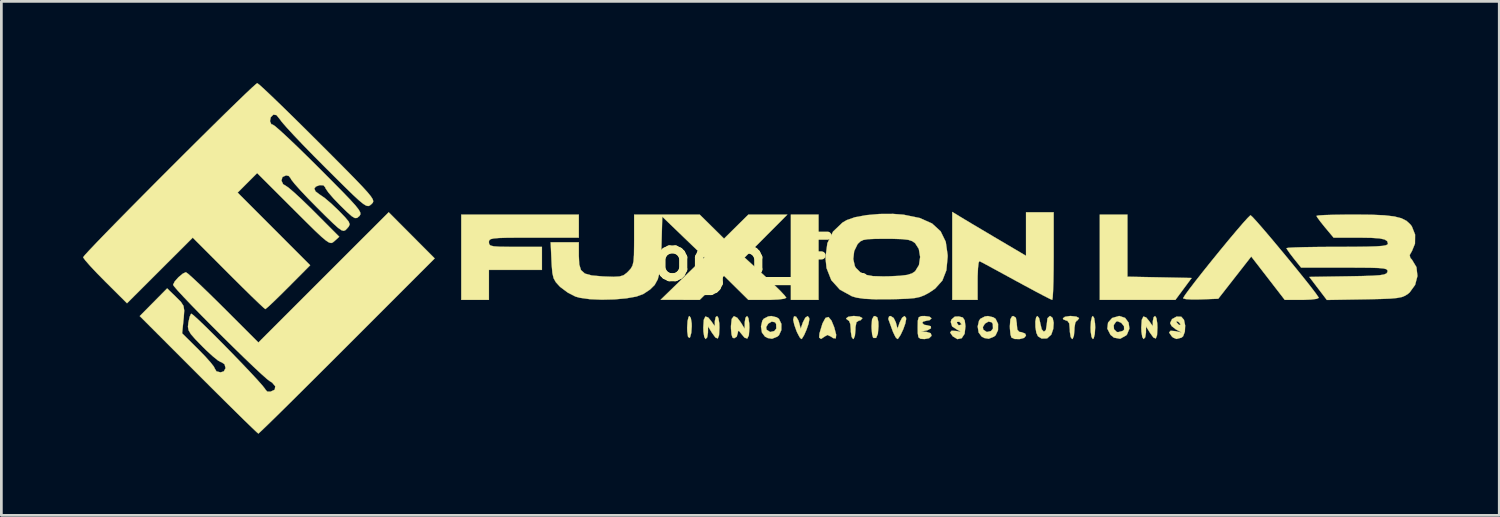
<source format=kicad_pcb>
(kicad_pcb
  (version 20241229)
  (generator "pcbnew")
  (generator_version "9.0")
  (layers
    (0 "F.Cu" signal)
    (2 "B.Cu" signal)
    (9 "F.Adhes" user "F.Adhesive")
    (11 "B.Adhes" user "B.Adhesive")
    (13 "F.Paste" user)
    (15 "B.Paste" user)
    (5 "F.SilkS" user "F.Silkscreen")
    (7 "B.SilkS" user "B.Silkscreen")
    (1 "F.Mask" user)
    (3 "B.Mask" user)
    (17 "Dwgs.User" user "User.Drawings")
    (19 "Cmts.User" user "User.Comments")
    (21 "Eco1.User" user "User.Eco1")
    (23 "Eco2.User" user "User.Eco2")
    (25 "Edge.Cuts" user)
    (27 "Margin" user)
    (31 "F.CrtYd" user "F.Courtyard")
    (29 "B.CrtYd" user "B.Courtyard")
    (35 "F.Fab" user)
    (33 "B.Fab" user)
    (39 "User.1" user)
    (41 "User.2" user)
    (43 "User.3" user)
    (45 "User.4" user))
  (footprint "logo_FL"
    (layer "F.Cu")
    (at 24.474 6.44)
    (property "Reference" "logo_FL" (at 0 0 0) (layer "F.SilkS") (effects (font (size 1.524 1.524) (thickness 0.3))))
    (attr through_hole)
    (fp_poly (pts (xy 2.54 1.524) (xy 1.524 1.524) (xy 1.524 -1.609) (xy 2.54 -1.609) (xy 2.54 1.524)) (stroke (width 0.01) (type solid)) (fill yes) (layer "F.SilkS"))
    (fp_poly (pts (xy 13.885 0.673) (xy 15.064 0.696) (xy 16.243 0.72) (xy 15.945 1.122) (xy 15.647 1.524) (xy 12.869 1.524) (xy 12.869 -1.609) (xy 13.885 -1.609) (xy 13.885 0.673)) (stroke (width 0.01) (type solid)) (fill yes) (layer "F.SilkS"))
    (fp_poly (pts (xy -2.151 2.192) (xy -2.12 2.383) (xy -2.117 2.493) (xy -2.134 2.732) (xy -2.178 2.893) (xy -2.201 2.921) (xy -2.254 2.879) (xy -2.282 2.69) (xy -2.286 2.545) (xy -2.271 2.302) (xy -2.232 2.147) (xy -2.201 2.117) (xy -2.151 2.192)) (stroke (width 0.01) (type solid)) (fill yes) (layer "F.SilkS"))
    (fp_poly (pts (xy 12.664 2.193) (xy 12.694 2.388) (xy 12.7 2.54) (xy 12.685 2.781) (xy 12.646 2.935) (xy 12.615 2.963) (xy 12.567 2.887) (xy 12.536 2.692) (xy 12.531 2.54) (xy 12.546 2.299) (xy 12.585 2.145) (xy 12.615 2.117) (xy 12.664 2.193)) (stroke (width 0.01) (type solid)) (fill yes) (layer "F.SilkS"))
    (fp_poly (pts (xy 4.699 2.167) (xy 4.737 2.338) (xy 4.741 2.493) (xy 4.719 2.77) (xy 4.656 2.92) (xy 4.563 2.923) (xy 4.541 2.905) (xy 4.508 2.793) (xy 4.489 2.579) (xy 4.487 2.484) (xy 4.505 2.238) (xy 4.566 2.129) (xy 4.614 2.117) (xy 4.699 2.167)) (stroke (width 0.01) (type solid)) (fill yes) (layer "F.SilkS"))
    (fp_poly (pts (xy 3.016 2.286) (xy 3.115 2.529) (xy 3.187 2.804) (xy 3.173 2.938) (xy 3.075 2.928) (xy 3.004 2.877) (xy 2.867 2.812) (xy 2.773 2.865) (xy 2.631 2.959) (xy 2.561 2.905) (xy 2.574 2.755) (xy 2.686 2.387) (xy 2.795 2.186) (xy 2.905 2.153) (xy 3.016 2.286)) (stroke (width 0.01) (type solid)) (fill yes) (layer "F.SilkS"))
    (fp_poly (pts (xy 9.788 2.181) (xy 9.821 2.386) (xy 9.821 2.413) (xy 9.84 2.617) (xy 9.914 2.7) (xy 9.991 2.709) (xy 10.129 2.762) (xy 10.16 2.836) (xy 10.089 2.92) (xy 9.925 2.964) (xy 9.743 2.96) (xy 9.624 2.907) (xy 9.589 2.794) (xy 9.569 2.578) (xy 9.567 2.484) (xy 9.585 2.238) (xy 9.646 2.129) (xy 9.694 2.117) (xy 9.788 2.181)) (stroke (width 0.01) (type solid)) (fill yes) (layer "F.SilkS"))
    (fp_poly (pts (xy 2.197 2.19) (xy 2.201 2.246) (xy 2.172 2.402) (xy 2.101 2.611) (xy 2.013 2.812) (xy 1.934 2.943) (xy 1.905 2.963) (xy 1.843 2.893) (xy 1.753 2.72) (xy 1.731 2.67) (xy 1.65 2.441) (xy 1.61 2.264) (xy 1.609 2.246) (xy 1.641 2.127) (xy 1.716 2.141) (xy 1.796 2.272) (xy 1.822 2.349) (xy 1.884 2.582) (xy 1.965 2.349) (xy 2.054 2.177) (xy 2.143 2.119) (xy 2.197 2.19)) (stroke (width 0.01) (type solid)) (fill yes) (layer "F.SilkS"))
    (fp_poly (pts (xy 5.3 2.189) (xy 5.378 2.349) (xy 5.44 2.582) (xy 5.521 2.349) (xy 5.609 2.179) (xy 5.698 2.117) (xy 5.753 2.18) (xy 5.757 2.233) (xy 5.726 2.394) (xy 5.65 2.605) (xy 5.555 2.808) (xy 5.468 2.941) (xy 5.435 2.963) (xy 5.367 2.892) (xy 5.28 2.713) (xy 5.254 2.646) (xy 5.171 2.415) (xy 5.109 2.245) (xy 5.101 2.223) (xy 5.131 2.13) (xy 5.189 2.117) (xy 5.3 2.189)) (stroke (width 0.01) (type solid)) (fill yes) (layer "F.SilkS"))
    (fp_poly (pts (xy -1.137 2.193) (xy -1.106 2.388) (xy -1.101 2.54) (xy -1.115 2.822) (xy -1.162 2.942) (xy -1.249 2.905) (xy -1.375 2.731) (xy -1.519 2.498) (xy -1.522 2.731) (xy -1.55 2.9) (xy -1.609 2.963) (xy -1.657 2.887) (xy -1.688 2.692) (xy -1.693 2.54) (xy -1.675 2.256) (xy -1.616 2.134) (xy -1.512 2.171) (xy -1.402 2.305) (xy -1.27 2.493) (xy -1.27 2.305) (xy -1.238 2.157) (xy -1.185 2.117) (xy -1.137 2.193)) (stroke (width 0.01) (type solid)) (fill yes) (layer "F.SilkS"))
    (fp_poly (pts (xy 4.048 2.138) (xy 4.146 2.19) (xy 4.149 2.201) (xy 4.08 2.276) (xy 4.022 2.286) (xy 3.933 2.342) (xy 3.897 2.527) (xy 3.895 2.625) (xy 3.876 2.837) (xy 3.829 2.955) (xy 3.81 2.963) (xy 3.757 2.888) (xy 3.727 2.701) (xy 3.725 2.625) (xy 3.707 2.413) (xy 3.66 2.295) (xy 3.641 2.286) (xy 3.558 2.222) (xy 3.556 2.201) (xy 3.63 2.145) (xy 3.813 2.117) (xy 3.852 2.117) (xy 4.048 2.138)) (stroke (width 0.01) (type solid)) (fill yes) (layer "F.SilkS"))
    (fp_poly (pts (xy 12.007 2.138) (xy 12.105 2.19) (xy 12.107 2.201) (xy 12.043 2.284) (xy 12.023 2.286) (xy 11.97 2.361) (xy 11.94 2.549) (xy 11.938 2.625) (xy 11.919 2.837) (xy 11.872 2.955) (xy 11.853 2.963) (xy 11.8 2.888) (xy 11.771 2.701) (xy 11.769 2.625) (xy 11.748 2.389) (xy 11.678 2.292) (xy 11.642 2.286) (xy 11.529 2.24) (xy 11.515 2.201) (xy 11.589 2.145) (xy 11.772 2.117) (xy 11.811 2.117) (xy 12.007 2.138)) (stroke (width 0.01) (type solid)) (fill yes) (layer "F.SilkS"))
    (fp_poly (pts (xy 14.95 2.193) (xy 14.98 2.388) (xy 14.986 2.54) (xy 14.972 2.822) (xy 14.925 2.942) (xy 14.837 2.905) (xy 14.712 2.731) (xy 14.567 2.498) (xy 14.565 2.731) (xy 14.537 2.9) (xy 14.478 2.963) (xy 14.43 2.887) (xy 14.399 2.692) (xy 14.393 2.54) (xy 14.412 2.256) (xy 14.471 2.134) (xy 14.574 2.171) (xy 14.685 2.305) (xy 14.817 2.493) (xy 14.817 2.305) (xy 14.849 2.157) (xy 14.901 2.117) (xy 14.95 2.193)) (stroke (width 0.01) (type solid)) (fill yes) (layer "F.SilkS"))
    (fp_poly (pts (xy -6.265 -0.762) (xy -7.916 -0.762) (xy -8.483 -0.761) (xy -8.903 -0.758) (xy -9.198 -0.749) (xy -9.389 -0.733) (xy -9.5 -0.707) (xy -9.552 -0.669) (xy -9.567 -0.617) (xy -9.567 -0.593) (xy -9.557 -0.52) (xy -9.507 -0.472) (xy -9.388 -0.443) (xy -9.173 -0.429) (xy -8.832 -0.424) (xy -8.594 -0.423) (xy -7.62 -0.423) (xy -7.62 0.423) (xy -9.567 0.423) (xy -9.567 1.524) (xy -10.583 1.524) (xy -10.583 -1.609) (xy -6.265 -1.609) (xy -6.265 -0.762)) (stroke (width 0.01) (type solid)) (fill yes) (layer "F.SilkS"))
    (fp_poly (pts (xy 11.138 2.188) (xy 11.176 2.365) (xy 11.16 2.589) (xy 11.088 2.8) (xy 10.934 2.939) (xy 10.733 2.944) (xy 10.6 2.862) (xy 10.539 2.73) (xy 10.506 2.527) (xy 10.503 2.316) (xy 10.533 2.16) (xy 10.578 2.117) (xy 10.64 2.191) (xy 10.682 2.37) (xy 10.684 2.385) (xy 10.737 2.607) (xy 10.816 2.692) (xy 10.889 2.633) (xy 10.922 2.428) (xy 10.922 2.42) (xy 10.948 2.198) (xy 11.033 2.118) (xy 11.049 2.117) (xy 11.138 2.188)) (stroke (width 0.01) (type solid)) (fill yes) (layer "F.SilkS"))
    (fp_poly (pts (xy -0.036 2.193) (xy -0.006 2.388) (xy 0 2.54) (xy -0.019 2.824) (xy -0.078 2.946) (xy -0.181 2.909) (xy -0.292 2.775) (xy -0.386 2.66) (xy -0.421 2.685) (xy -0.423 2.728) (xy -0.467 2.878) (xy -0.563 2.934) (xy -0.623 2.905) (xy -0.656 2.793) (xy -0.676 2.579) (xy -0.677 2.484) (xy -0.649 2.223) (xy -0.569 2.121) (xy -0.445 2.181) (xy -0.318 2.349) (xy -0.174 2.582) (xy -0.172 2.349) (xy -0.143 2.18) (xy -0.085 2.117) (xy -0.036 2.193)) (stroke (width 0.01) (type solid)) (fill yes) (layer "F.SilkS"))
    (fp_poly (pts (xy 13.8 2.186) (xy 13.928 2.359) (xy 13.957 2.58) (xy 13.869 2.795) (xy 13.837 2.83) (xy 13.618 2.952) (xy 13.39 2.911) (xy 13.263 2.808) (xy 13.146 2.58) (xy 13.162 2.451) (xy 13.38 2.451) (xy 13.392 2.602) (xy 13.492 2.701) (xy 13.542 2.709) (xy 13.706 2.667) (xy 13.763 2.617) (xy 13.759 2.493) (xy 13.66 2.369) (xy 13.528 2.31) (xy 13.47 2.323) (xy 13.38 2.451) (xy 13.162 2.451) (xy 13.173 2.359) (xy 13.322 2.19) (xy 13.572 2.117) (xy 13.592 2.117) (xy 13.8 2.186)) (stroke (width 0.01) (type solid)) (fill yes) (layer "F.SilkS"))
    (fp_poly (pts (xy 0.999 2.163) (xy 1.084 2.218) (xy 1.175 2.406) (xy 1.173 2.635) (xy 1.085 2.825) (xy 1.022 2.876) (xy 0.831 2.952) (xy 0.672 2.925) (xy 0.572 2.872) (xy 0.46 2.722) (xy 0.429 2.521) (xy 0.617 2.521) (xy 0.63 2.617) (xy 0.762 2.704) (xy 0.915 2.669) (xy 0.988 2.577) (xy 0.982 2.409) (xy 0.942 2.347) (xy 0.822 2.321) (xy 0.693 2.396) (xy 0.617 2.521) (xy 0.429 2.521) (xy 0.426 2.501) (xy 0.475 2.288) (xy 0.525 2.218) (xy 0.69 2.133) (xy 0.804 2.117) (xy 0.999 2.163)) (stroke (width 0.01) (type solid)) (fill yes) (layer "F.SilkS"))
    (fp_poly (pts (xy 6.613 2.141) (xy 6.689 2.2) (xy 6.689 2.201) (xy 6.618 2.27) (xy 6.519 2.286) (xy 6.382 2.321) (xy 6.35 2.371) (xy 6.421 2.439) (xy 6.519 2.455) (xy 6.664 2.491) (xy 6.669 2.568) (xy 6.539 2.64) (xy 6.498 2.65) (xy 6.308 2.686) (xy 6.498 2.698) (xy 6.66 2.749) (xy 6.691 2.843) (xy 6.602 2.931) (xy 6.435 2.963) (xy 6.284 2.954) (xy 6.209 2.897) (xy 6.184 2.749) (xy 6.181 2.54) (xy 6.186 2.289) (xy 6.22 2.164) (xy 6.309 2.121) (xy 6.435 2.117) (xy 6.613 2.141)) (stroke (width 0.01) (type solid)) (fill yes) (layer "F.SilkS"))
    (fp_poly (pts (xy 8.957 2.163) (xy 9.042 2.218) (xy 9.134 2.406) (xy 9.132 2.635) (xy 9.043 2.825) (xy 8.98 2.876) (xy 8.79 2.952) (xy 8.63 2.925) (xy 8.53 2.872) (xy 8.419 2.722) (xy 8.388 2.521) (xy 8.575 2.521) (xy 8.589 2.617) (xy 8.721 2.704) (xy 8.874 2.669) (xy 8.946 2.577) (xy 8.94 2.409) (xy 8.901 2.347) (xy 8.781 2.321) (xy 8.652 2.396) (xy 8.575 2.521) (xy 8.388 2.521) (xy 8.385 2.501) (xy 8.434 2.288) (xy 8.484 2.218) (xy 8.649 2.133) (xy 8.763 2.117) (xy 8.957 2.163)) (stroke (width 0.01) (type solid)) (fill yes) (layer "F.SilkS"))
    (fp_poly (pts (xy 15.863 2.143) (xy 15.962 2.259) (xy 16.005 2.465) (xy 15.994 2.69) (xy 15.928 2.864) (xy 15.868 2.912) (xy 15.686 2.959) (xy 15.561 2.908) (xy 15.511 2.862) (xy 15.415 2.723) (xy 15.469 2.658) (xy 15.642 2.672) (xy 15.875 2.722) (xy 15.663 2.608) (xy 15.509 2.487) (xy 15.452 2.377) (xy 15.484 2.31) (xy 15.677 2.31) (xy 15.698 2.358) (xy 15.783 2.448) (xy 15.832 2.43) (xy 15.833 2.418) (xy 15.773 2.346) (xy 15.735 2.32) (xy 15.677 2.31) (xy 15.484 2.31) (xy 15.523 2.229) (xy 15.689 2.138) (xy 15.863 2.143)) (stroke (width 0.01) (type solid)) (fill yes) (layer "F.SilkS"))
    (fp_poly (pts (xy 7.841 2.172) (xy 7.909 2.279) (xy 7.935 2.494) (xy 7.905 2.768) (xy 7.798 2.932) (xy 7.64 2.966) (xy 7.468 2.862) (xy 7.372 2.723) (xy 7.426 2.657) (xy 7.599 2.667) (xy 7.746 2.692) (xy 7.737 2.673) (xy 7.65 2.633) (xy 7.446 2.499) (xy 7.405 2.366) (xy 7.62 2.366) (xy 7.681 2.452) (xy 7.705 2.455) (xy 7.787 2.426) (xy 7.789 2.418) (xy 7.73 2.346) (xy 7.705 2.328) (xy 7.627 2.335) (xy 7.62 2.366) (xy 7.405 2.366) (xy 7.396 2.335) (xy 7.419 2.247) (xy 7.543 2.14) (xy 7.694 2.133) (xy 7.841 2.172)) (stroke (width 0.01) (type solid)) (fill yes) (layer "F.SilkS"))
    (fp_poly (pts (xy 7.726 -1.539) (xy 7.898 -1.435) (xy 8.18 -1.266) (xy 8.54 -1.053) (xy 8.94 -0.815) (xy 9.081 -0.732) (xy 10.16 -0.095) (xy 10.16 -1.693) (xy 11.176 -1.693) (xy 11.176 -0.085) (xy 11.173 0.416) (xy 11.166 0.854) (xy 11.154 1.201) (xy 11.14 1.433) (xy 11.123 1.524) (xy 11.122 1.524) (xy 11.033 1.485) (xy 10.821 1.378) (xy 10.512 1.215) (xy 10.131 1.01) (xy 9.791 0.826) (xy 9.368 0.595) (xy 8.997 0.393) (xy 8.702 0.233) (xy 8.51 0.131) (xy 8.448 0.099) (xy 8.418 0.164) (xy 8.396 0.361) (xy 8.383 0.655) (xy 8.382 0.797) (xy 8.382 1.524) (xy 7.451 1.524) (xy 7.451 -1.707) (xy 7.726 -1.539)) (stroke (width 0.01) (type solid)) (fill yes) (layer "F.SilkS"))
    (fp_poly (pts (xy 18.488 -1.511) (xy 18.653 -1.33) (xy 18.886 -1.063) (xy 19.166 -0.734) (xy 19.476 -0.363) (xy 19.797 0.024) (xy 20.11 0.407) (xy 20.396 0.761) (xy 20.636 1.065) (xy 20.811 1.295) (xy 20.903 1.429) (xy 20.913 1.45) (xy 20.835 1.486) (xy 20.63 1.512) (xy 20.339 1.524) (xy 20.288 1.524) (xy 19.663 1.524) (xy 19.048 0.728) (xy 18.432 -0.068) (xy 17.221 1.482) (xy 16.561 1.507) (xy 16.256 1.51) (xy 16.033 1.496) (xy 15.932 1.469) (xy 15.93 1.459) (xy 16.004 1.341) (xy 16.163 1.123) (xy 16.389 0.828) (xy 16.663 0.48) (xy 16.967 0.101) (xy 17.283 -0.288) (xy 17.592 -0.663) (xy 17.876 -1.001) (xy 18.117 -1.282) (xy 18.297 -1.481) (xy 18.396 -1.578) (xy 18.409 -1.583) (xy 18.488 -1.511)) (stroke (width 0.01) (type solid)) (fill yes) (layer "F.SilkS"))
    (fp_poly (pts (xy 5.661 -1.605) (xy 6.257 -1.483) (xy 6.709 -1.282) (xy 7.024 -0.994) (xy 7.212 -0.609) (xy 7.281 -0.12) (xy 7.281 -0.056) (xy 7.235 0.437) (xy 7.087 0.815) (xy 6.821 1.111) (xy 6.614 1.252) (xy 6.437 1.349) (xy 6.27 1.415) (xy 6.074 1.457) (xy 5.81 1.481) (xy 5.438 1.495) (xy 5.165 1.501) (xy 4.629 1.503) (xy 4.231 1.484) (xy 3.941 1.443) (xy 3.771 1.394) (xy 3.322 1.147) (xy 3.008 0.799) (xy 2.833 0.355) (xy 2.8 0.027) (xy 3.815 0.027) (xy 3.874 0.288) (xy 3.916 0.354) (xy 4.07 0.506) (xy 4.265 0.602) (xy 4.537 0.651) (xy 4.925 0.662) (xy 5.135 0.658) (xy 5.532 0.639) (xy 5.799 0.606) (xy 5.974 0.55) (xy 6.087 0.474) (xy 6.228 0.245) (xy 6.272 -0.052) (xy 6.222 -0.347) (xy 6.087 -0.558) (xy 5.981 -0.633) (xy 5.836 -0.681) (xy 5.615 -0.707) (xy 5.283 -0.718) (xy 5.021 -0.72) (xy 4.621 -0.717) (xy 4.353 -0.705) (xy 4.183 -0.676) (xy 4.074 -0.623) (xy 3.989 -0.541) (xy 3.972 -0.52) (xy 3.849 -0.268) (xy 3.815 0.027) (xy 2.8 0.027) (xy 2.794 -0.034) (xy 2.864 -0.557) (xy 3.072 -0.984) (xy 3.417 -1.313) (xy 3.577 -1.407) (xy 3.879 -1.512) (xy 4.297 -1.588) (xy 4.78 -1.631) (xy 5.276 -1.634) (xy 5.661 -1.605)) (stroke (width 0.01) (type solid)) (fill yes) (layer "F.SilkS"))
    (fp_poly (pts (xy -1.378 -1.167) (xy -0.931 -0.725) (xy -0.484 -1.167) (xy -0.037 -1.609) (xy 1.394 -1.609) (xy 0.608 -0.82) (xy -0.177 -0.031) (xy 0.589 0.669) (xy 0.883 0.944) (xy 1.125 1.181) (xy 1.29 1.357) (xy 1.355 1.445) (xy 1.355 1.447) (xy 1.277 1.482) (xy 1.069 1.509) (xy 0.771 1.523) (xy 0.659 1.524) (xy -0.037 1.524) (xy -0.484 1.082) (xy -0.931 0.641) (xy -1.378 1.082) (xy -1.826 1.524) (xy -2.543 1.522) (xy -3.26 1.52) (xy -1.651 -0.043) (xy -3.2 -1.533) (xy -3.23 -0.434) (xy -3.252 0.093) (xy -3.292 0.482) (xy -3.364 0.766) (xy -3.479 0.976) (xy -3.649 1.144) (xy -3.888 1.303) (xy -3.904 1.312) (xy -4.152 1.402) (xy -4.52 1.467) (xy -4.959 1.506) (xy -5.422 1.517) (xy -5.86 1.498) (xy -6.225 1.447) (xy -6.386 1.403) (xy -6.67 1.257) (xy -6.94 1.056) (xy -6.978 1.02) (xy -7.11 0.874) (xy -7.191 0.729) (xy -7.236 0.536) (xy -7.261 0.243) (xy -7.269 0.084) (xy -7.299 -0.593) (xy -6.265 -0.593) (xy -6.265 -0.095) (xy -6.25 0.22) (xy -6.185 0.43) (xy -6.041 0.558) (xy -5.79 0.627) (xy -5.403 0.661) (xy -5.326 0.665) (xy -4.987 0.676) (xy -4.769 0.664) (xy -4.625 0.62) (xy -4.506 0.533) (xy -4.45 0.478) (xy -4.355 0.374) (xy -4.293 0.263) (xy -4.256 0.109) (xy -4.239 -0.124) (xy -4.234 -0.474) (xy -4.233 -0.673) (xy -4.233 -1.609) (xy -3.029 -1.609) (xy -1.826 -1.609) (xy -1.378 -1.167)) (stroke (width 0.01) (type solid)) (fill yes) (layer "F.SilkS"))
    (fp_poly (pts (xy 22.85 -1.603) (xy 23.327 -1.582) (xy 23.685 -1.54) (xy 23.946 -1.474) (xy 24.135 -1.378) (xy 24.277 -1.246) (xy 24.331 -1.175) (xy 24.45 -0.875) (xy 24.446 -0.541) (xy 24.336 -0.272) (xy 24.251 -0.122) (xy 24.275 -0.019) (xy 24.336 0.049) (xy 24.5 0.322) (xy 24.536 0.648) (xy 24.45 0.975) (xy 24.249 1.252) (xy 24.187 1.304) (xy 24.083 1.371) (xy 23.96 1.42) (xy 23.789 1.454) (xy 23.541 1.477) (xy 23.187 1.491) (xy 22.699 1.502) (xy 22.579 1.504) (xy 21.209 1.527) (xy 20.887 1.104) (xy 20.565 0.681) (xy 21.987 0.658) (xy 22.511 0.648) (xy 22.891 0.636) (xy 23.149 0.618) (xy 23.309 0.592) (xy 23.395 0.556) (xy 23.432 0.506) (xy 23.437 0.487) (xy 23.435 0.435) (xy 23.394 0.397) (xy 23.291 0.37) (xy 23.104 0.353) (xy 22.812 0.344) (xy 22.393 0.34) (xy 21.864 0.339) (xy 20.264 0.339) (xy 19.996 0.005) (xy 19.842 -0.195) (xy 19.745 -0.337) (xy 19.727 -0.376) (xy 19.808 -0.39) (xy 20.034 -0.402) (xy 20.381 -0.412) (xy 20.824 -0.419) (xy 21.341 -0.423) (xy 21.59 -0.423) (xy 22.212 -0.425) (xy 22.684 -0.431) (xy 23.025 -0.442) (xy 23.253 -0.459) (xy 23.386 -0.484) (xy 23.445 -0.519) (xy 23.453 -0.541) (xy 23.426 -0.632) (xy 23.33 -0.695) (xy 23.139 -0.735) (xy 22.831 -0.755) (xy 22.381 -0.762) (xy 22.321 -0.762) (xy 21.457 -0.762) (xy 21.142 -1.138) (xy 20.973 -1.348) (xy 20.859 -1.504) (xy 20.828 -1.561) (xy 20.908 -1.577) (xy 21.129 -1.591) (xy 21.465 -1.601) (xy 21.885 -1.607) (xy 22.228 -1.609) (xy 22.85 -1.603)) (stroke (width 0.01) (type solid)) (fill yes) (layer "F.SilkS"))
    (fp_poly (pts (xy -12.404 -0.847) (xy -11.559 0.001) (xy -14.775 3.218) (xy -15.384 3.826) (xy -15.957 4.397) (xy -16.483 4.92) (xy -16.95 5.383) (xy -17.348 5.775) (xy -17.666 6.086) (xy -17.892 6.304) (xy -18.015 6.419) (xy -18.034 6.435) (xy -18.102 6.377) (xy -18.275 6.212) (xy -18.541 5.955) (xy -18.885 5.617) (xy -19.294 5.213) (xy -19.754 4.756) (xy -20.234 4.277) (xy -22.391 2.119) (xy -21.385 1.102) (xy -21.058 1.419) (xy -20.877 1.601) (xy -20.785 1.744) (xy -20.758 1.912) (xy -20.775 2.169) (xy -20.783 2.244) (xy -20.835 2.752) (xy -20.239 3.342) (xy -19.986 3.602) (xy -19.786 3.826) (xy -19.665 3.982) (xy -19.643 4.032) (xy -19.575 4.148) (xy -19.423 4.186) (xy -19.305 4.149) (xy -19.239 4.031) (xy -19.276 3.89) (xy -19.391 3.811) (xy -19.409 3.81) (xy -19.514 3.753) (xy -19.703 3.6) (xy -19.945 3.379) (xy -20.088 3.238) (xy -20.351 2.968) (xy -20.514 2.781) (xy -20.597 2.641) (xy -20.621 2.513) (xy -20.605 2.361) (xy -20.603 2.349) (xy -20.558 2.146) (xy -20.509 2.037) (xy -20.498 2.032) (xy -20.416 2.09) (xy -20.239 2.251) (xy -19.987 2.492) (xy -19.682 2.793) (xy -19.343 3.133) (xy -18.993 3.49) (xy -18.652 3.843) (xy -18.34 4.171) (xy -18.078 4.453) (xy -17.888 4.667) (xy -17.789 4.792) (xy -17.78 4.812) (xy -17.71 4.891) (xy -17.59 4.895) (xy -17.433 4.822) (xy -17.415 4.696) (xy -17.533 4.559) (xy -17.604 4.517) (xy -17.717 4.432) (xy -17.924 4.248) (xy -18.208 3.984) (xy -18.549 3.657) (xy -18.929 3.287) (xy -19.33 2.892) (xy -19.733 2.49) (xy -20.12 2.1) (xy -20.472 1.739) (xy -20.77 1.427) (xy -20.997 1.182) (xy -21.134 1.021) (xy -21.167 0.968) (xy -21.107 0.847) (xy -20.967 0.69) (xy -20.807 0.558) (xy -20.697 0.508) (xy -20.616 0.565) (xy -20.435 0.726) (xy -20.172 0.972) (xy -19.846 1.286) (xy -19.474 1.651) (xy -19.326 1.798) (xy -18.034 3.089) (xy -15.641 0.697) (xy -13.248 -1.694) (xy -12.404 -0.847)) (stroke (width 0.01) (type solid)) (fill yes) (layer "F.SilkS"))
    (fp_poly (pts (xy -17.998 -6.377) (xy -17.815 -6.212) (xy -17.542 -5.954) (xy -17.191 -5.616) (xy -16.777 -5.212) (xy -16.314 -4.755) (xy -15.849 -4.292) (xy -15.287 -3.73) (xy -14.835 -3.275) (xy -14.48 -2.914) (xy -14.214 -2.636) (xy -14.025 -2.429) (xy -13.902 -2.278) (xy -13.836 -2.174) (xy -13.815 -2.101) (xy -13.829 -2.05) (xy -13.868 -2.006) (xy -13.885 -1.99) (xy -13.942 -1.943) (xy -14 -1.922) (xy -14.076 -1.938) (xy -14.184 -2.004) (xy -14.34 -2.132) (xy -14.559 -2.334) (xy -14.856 -2.623) (xy -15.247 -3.01) (xy -15.588 -3.349) (xy -16.012 -3.775) (xy -16.4 -4.173) (xy -16.735 -4.525) (xy -16.998 -4.811) (xy -17.173 -5.012) (xy -17.236 -5.098) (xy -17.369 -5.263) (xy -17.484 -5.28) (xy -17.581 -5.182) (xy -17.608 -5.04) (xy -17.561 -4.93) (xy -17.504 -4.911) (xy -17.418 -4.853) (xy -17.23 -4.69) (xy -16.956 -4.438) (xy -16.614 -4.112) (xy -16.22 -3.728) (xy -15.791 -3.303) (xy -15.312 -2.822) (xy -14.941 -2.446) (xy -14.665 -2.159) (xy -14.474 -1.949) (xy -14.355 -1.799) (xy -14.296 -1.697) (xy -14.285 -1.626) (xy -14.31 -1.573) (xy -14.332 -1.549) (xy -14.408 -1.487) (xy -14.489 -1.481) (xy -14.602 -1.547) (xy -14.776 -1.701) (xy -15.029 -1.948) (xy -15.272 -2.2) (xy -15.46 -2.418) (xy -15.565 -2.569) (xy -15.579 -2.607) (xy -15.642 -2.683) (xy -15.781 -2.691) (xy -15.921 -2.639) (xy -15.98 -2.566) (xy -15.936 -2.462) (xy -15.786 -2.346) (xy -15.775 -2.34) (xy -15.598 -2.218) (xy -15.357 -2.013) (xy -15.1 -1.769) (xy -15.076 -1.745) (xy -14.847 -1.508) (xy -14.721 -1.356) (xy -14.681 -1.256) (xy -14.712 -1.174) (xy -14.775 -1.1) (xy -14.837 -1.037) (xy -14.9 -1.011) (xy -14.984 -1.035) (xy -15.108 -1.123) (xy -15.293 -1.29) (xy -15.56 -1.549) (xy -15.891 -1.879) (xy -16.217 -2.21) (xy -16.495 -2.505) (xy -16.705 -2.741) (xy -16.827 -2.896) (xy -16.849 -2.941) (xy -16.919 -3.028) (xy -17.018 -3.048) (xy -17.15 -2.989) (xy -17.187 -2.857) (xy -17.125 -2.724) (xy -17.039 -2.674) (xy -16.929 -2.599) (xy -16.726 -2.426) (xy -16.454 -2.176) (xy -16.139 -1.871) (xy -15.977 -1.71) (xy -15.064 -0.795) (xy -15.24 -0.635) (xy -15.3 -0.586) (xy -15.361 -0.564) (xy -15.441 -0.584) (xy -15.554 -0.657) (xy -15.719 -0.796) (xy -15.952 -1.015) (xy -16.269 -1.327) (xy -16.687 -1.743) (xy -16.748 -1.804) (xy -18.079 -3.133) (xy -18.796 -2.415) (xy -17.464 -1.081) (xy -16.132 0.253) (xy -16.933 1.058) (xy -17.231 1.354) (xy -17.485 1.601) (xy -17.673 1.777) (xy -17.772 1.859) (xy -17.779 1.863) (xy -17.85 1.805) (xy -18.021 1.645) (xy -18.277 1.399) (xy -18.598 1.084) (xy -18.967 0.718) (xy -19.135 0.55) (xy -20.445 -0.762) (xy -21.652 0.443) (xy -22.859 1.648) (xy -23.664 0.847) (xy -23.961 0.545) (xy -24.208 0.282) (xy -24.384 0.082) (xy -24.466 -0.03) (xy -24.469 -0.041) (xy -24.411 -0.117) (xy -24.245 -0.298) (xy -23.986 -0.571) (xy -23.647 -0.922) (xy -23.241 -1.337) (xy -22.782 -1.803) (xy -22.284 -2.306) (xy -21.76 -2.834) (xy -21.223 -3.371) (xy -20.688 -3.905) (xy -20.167 -4.422) (xy -19.675 -4.908) (xy -19.225 -5.351) (xy -18.83 -5.735) (xy -18.504 -6.049) (xy -18.261 -6.278) (xy -18.113 -6.409) (xy -18.075 -6.435) (xy -17.998 -6.377)) (stroke (width 0.01) (type solid)) (fill yes) (layer "F.SilkS")))
  (gr_rect
    (start -3 -3)
    (end 52.015 15.879)
    (stroke (width 0.1) (type default))
    (fill no)
    (layer "Edge.Cuts")))
</source>
